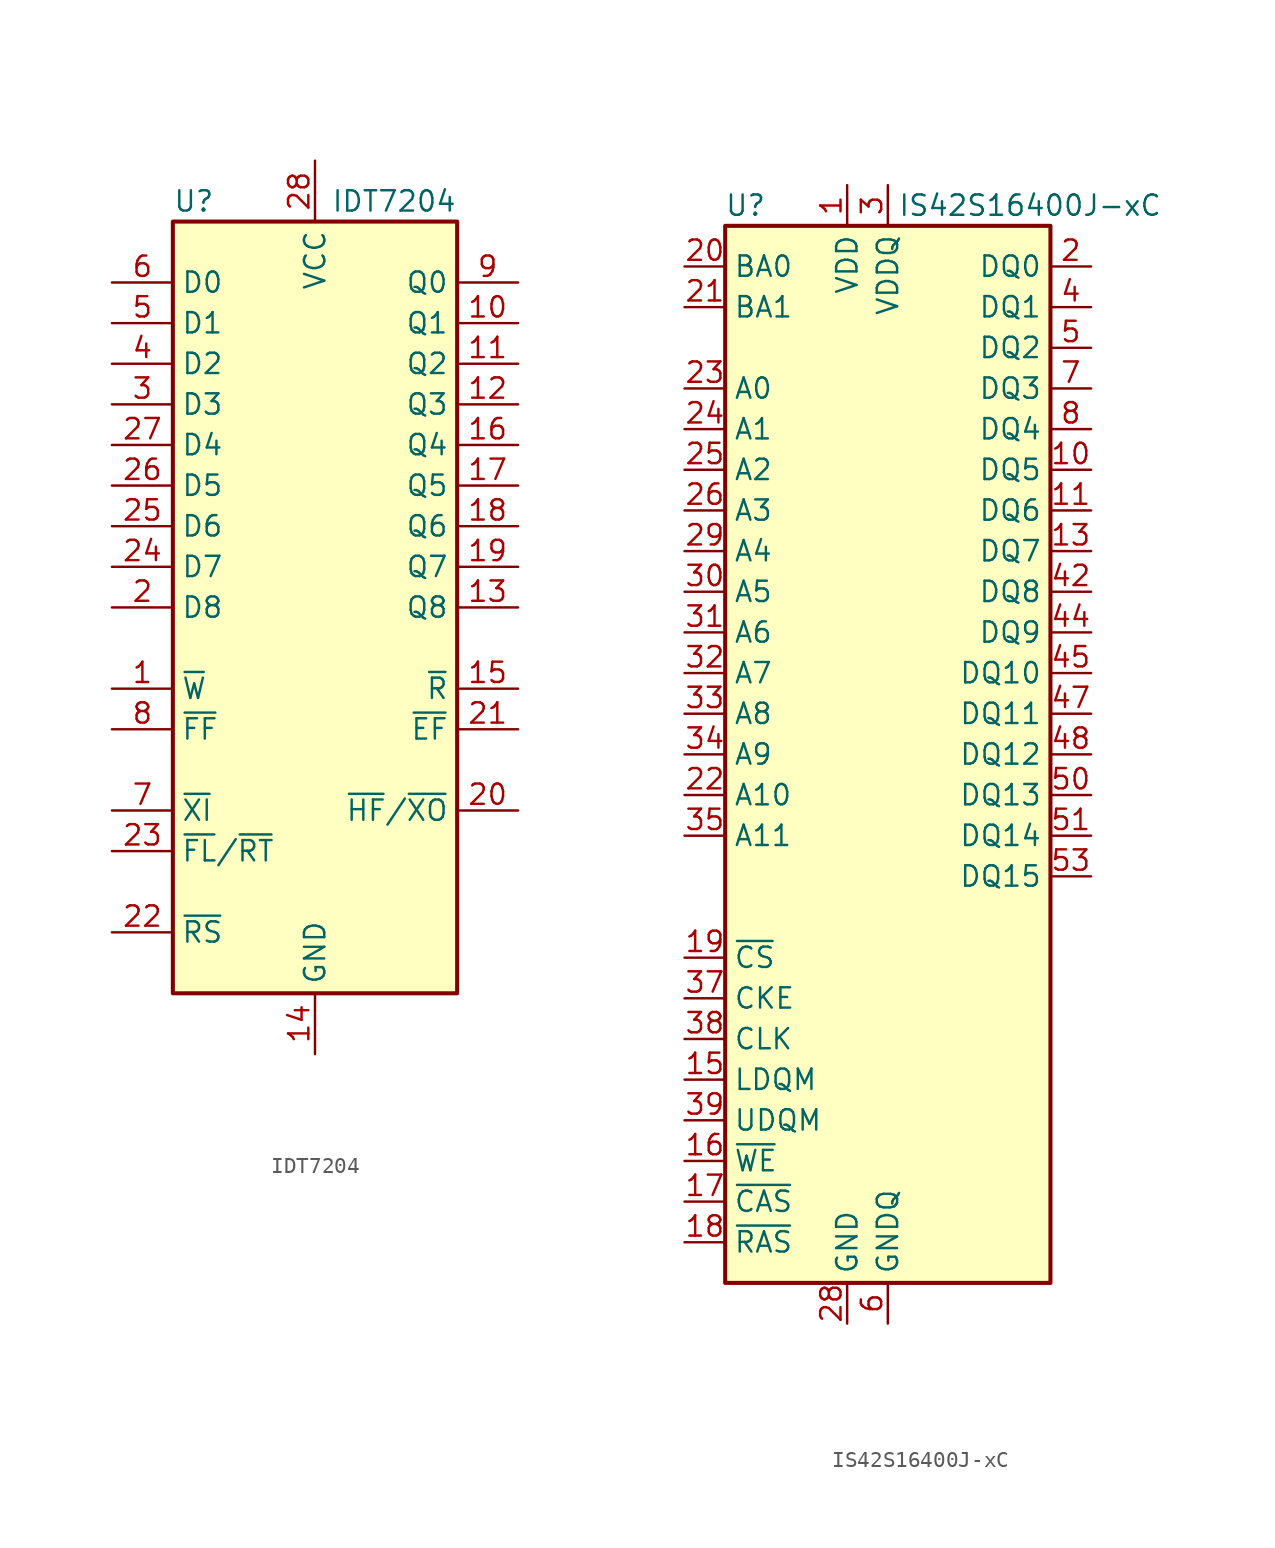
<source format=kicad_sym>
(kicad_symbol_lib
  (version 20201005)
  (generator kicad_symbol_editor)
  (symbol "Memory_RAM:IDT7204"
    (property "Reference" "U"
      (at -8.89 25.4 0)
      (effects (font (size 1.27 1.27)) (justify left)))
    (property "Value" "IDT7204"
      (at 8.89 25.4 0)
      (effects (font (size 1.27 1.27)) (justify right)))
    (symbol "IDT7204_0_1"
      (rectangle (start -8.89 24.13) (end 8.89 -24.13) (stroke (width 0.254)) (fill (type background)))
      (pin input line (at -12.7 -5.08 0) (length 3.81) (name "~W~" (effects (font (size 1.27 1.27)))) (number "1" (effects (font (size 1.27 1.27)))))
      (pin output line (at 12.7 17.78 180) (length 3.81) (name "Q1" (effects (font (size 1.27 1.27)))) (number "10" (effects (font (size 1.27 1.27)))))
      (pin output line (at 12.7 15.24 180) (length 3.81) (name "Q2" (effects (font (size 1.27 1.27)))) (number "11" (effects (font (size 1.27 1.27)))))
      (pin output line (at 12.7 12.7 180) (length 3.81) (name "Q3" (effects (font (size 1.27 1.27)))) (number "12" (effects (font (size 1.27 1.27)))))
      (pin output line (at 12.7 0 180) (length 3.81) (name "Q8" (effects (font (size 1.27 1.27)))) (number "13" (effects (font (size 1.27 1.27)))))
      (pin power_in line (at 0 -27.94 90) (length 3.81) (name "GND" (effects (font (size 1.27 1.27)))) (number "14" (effects (font (size 1.27 1.27)))))
      (pin input line (at 12.7 -5.08 180) (length 3.81) (name "~R~" (effects (font (size 1.27 1.27)))) (number "15" (effects (font (size 1.27 1.27)))))
      (pin output line (at 12.7 10.16 180) (length 3.81) (name "Q4" (effects (font (size 1.27 1.27)))) (number "16" (effects (font (size 1.27 1.27)))))
      (pin output line (at 12.7 7.62 180) (length 3.81) (name "Q5" (effects (font (size 1.27 1.27)))) (number "17" (effects (font (size 1.27 1.27)))))
      (pin output line (at 12.7 5.08 180) (length 3.81) (name "Q6" (effects (font (size 1.27 1.27)))) (number "18" (effects (font (size 1.27 1.27)))))
      (pin output line (at 12.7 2.54 180) (length 3.81) (name "Q7" (effects (font (size 1.27 1.27)))) (number "19" (effects (font (size 1.27 1.27)))))
      (pin input line (at -12.7 0 0) (length 3.81) (name "D8" (effects (font (size 1.27 1.27)))) (number "2" (effects (font (size 1.27 1.27)))))
      (pin output line (at 12.7 -12.7 180) (length 3.81) (name "~HF~/~XO~" (effects (font (size 1.27 1.27)))) (number "20" (effects (font (size 1.27 1.27)))))
      (pin output line (at 12.7 -7.62 180) (length 3.81) (name "~EF~" (effects (font (size 1.27 1.27)))) (number "21" (effects (font (size 1.27 1.27)))))
      (pin input line (at -12.7 -20.32 0) (length 3.81) (name "~RS~" (effects (font (size 1.27 1.27)))) (number "22" (effects (font (size 1.27 1.27)))))
      (pin input line (at -12.7 -15.24 0) (length 3.81) (name "~FL~/~RT~" (effects (font (size 1.27 1.27)))) (number "23" (effects (font (size 1.27 1.27)))))
      (pin input line (at -12.7 2.54 0) (length 3.81) (name "D7" (effects (font (size 1.27 1.27)))) (number "24" (effects (font (size 1.27 1.27)))))
      (pin input line (at -12.7 5.08 0) (length 3.81) (name "D6" (effects (font (size 1.27 1.27)))) (number "25" (effects (font (size 1.27 1.27)))))
      (pin input line (at -12.7 7.62 0) (length 3.81) (name "D5" (effects (font (size 1.27 1.27)))) (number "26" (effects (font (size 1.27 1.27)))))
      (pin input line (at -12.7 10.16 0) (length 3.81) (name "D4" (effects (font (size 1.27 1.27)))) (number "27" (effects (font (size 1.27 1.27)))))
      (pin power_in line (at 0 27.94 270) (length 3.81) (name "VCC" (effects (font (size 1.27 1.27)))) (number "28" (effects (font (size 1.27 1.27)))))
      (pin input line (at -12.7 12.7 0) (length 3.81) (name "D3" (effects (font (size 1.27 1.27)))) (number "3" (effects (font (size 1.27 1.27)))))
      (pin input line (at -12.7 15.24 0) (length 3.81) (name "D2" (effects (font (size 1.27 1.27)))) (number "4" (effects (font (size 1.27 1.27)))))
      (pin input line (at -12.7 17.78 0) (length 3.81) (name "D1" (effects (font (size 1.27 1.27)))) (number "5" (effects (font (size 1.27 1.27)))))
      (pin input line (at -12.7 20.32 0) (length 3.81) (name "D0" (effects (font (size 1.27 1.27)))) (number "6" (effects (font (size 1.27 1.27)))))
      (pin input line (at -12.7 -12.7 0) (length 3.81) (name "~XI~" (effects (font (size 1.27 1.27)))) (number "7" (effects (font (size 1.27 1.27)))))
      (pin output line (at -12.7 -7.62 0) (length 3.81) (name "~FF~" (effects (font (size 1.27 1.27)))) (number "8" (effects (font (size 1.27 1.27)))))
      (pin output line (at 12.7 20.32 180) (length 3.81) (name "Q0" (effects (font (size 1.27 1.27)))) (number "9" (effects (font (size 1.27 1.27)))))))
  (symbol "Memory_RAM:IS42S16400J-xC"
    (property "Reference" "U"
      (at -8.89 34.29 0)
      (effects (font (size 1.27 1.27))))
    (property "Value" "IS42S16400J-xC"
      (at 8.89 34.29 0)
      (effects (font (size 1.27 1.27))))
    (symbol "IS42S16400J-xC_1_1"
      (rectangle (start -10.16 33.02) (end 10.16 -33.02) (stroke (width 0.254)) (fill (type background)))
      (pin power_in line (at -2.54 35.56 270) (length 2.54) (name "VDD" (effects (font (size 1.27 1.27)))) (number "1" (effects (font (size 1.27 1.27)))))
      (pin bidirectional line (at 12.7 17.78 180) (length 2.54) (name "DQ5" (effects (font (size 1.27 1.27)))) (number "10" (effects (font (size 1.27 1.27)))))
      (pin bidirectional line (at 12.7 15.24 180) (length 2.54) (name "DQ6" (effects (font (size 1.27 1.27)))) (number "11" (effects (font (size 1.27 1.27)))))
      (pin passive line (at 0 -35.56 90) (length 2.54) hide (name "GNDQ" (effects (font (size 1.27 1.27)))) (number "12" (effects (font (size 1.27 1.27)))))
      (pin bidirectional line (at 12.7 12.7 180) (length 2.54) (name "DQ7" (effects (font (size 1.27 1.27)))) (number "13" (effects (font (size 1.27 1.27)))))
      (pin passive line (at -2.54 35.56 270) (length 2.54) hide (name "VDD" (effects (font (size 1.27 1.27)))) (number "14" (effects (font (size 1.27 1.27)))))
      (pin input line (at -12.7 -20.32 0) (length 2.54) (name "LDQM" (effects (font (size 1.27 1.27)))) (number "15" (effects (font (size 1.27 1.27)))))
      (pin input line (at -12.7 -25.4 0) (length 2.54) (name "~WE" (effects (font (size 1.27 1.27)))) (number "16" (effects (font (size 1.27 1.27)))))
      (pin input line (at -12.7 -27.94 0) (length 2.54) (name "~CAS" (effects (font (size 1.27 1.27)))) (number "17" (effects (font (size 1.27 1.27)))))
      (pin input line (at -12.7 -30.48 0) (length 2.54) (name "~RAS" (effects (font (size 1.27 1.27)))) (number "18" (effects (font (size 1.27 1.27)))))
      (pin input line (at -12.7 -12.7 0) (length 2.54) (name "~CS" (effects (font (size 1.27 1.27)))) (number "19" (effects (font (size 1.27 1.27)))))
      (pin bidirectional line (at 12.7 30.48 180) (length 2.54) (name "DQ0" (effects (font (size 1.27 1.27)))) (number "2" (effects (font (size 1.27 1.27)))))
      (pin input line (at -12.7 30.48 0) (length 2.54) (name "BA0" (effects (font (size 1.27 1.27)))) (number "20" (effects (font (size 1.27 1.27)))))
      (pin input line (at -12.7 27.94 0) (length 2.54) (name "BA1" (effects (font (size 1.27 1.27)))) (number "21" (effects (font (size 1.27 1.27)))))
      (pin input line (at -12.7 -2.54 0) (length 2.54) (name "A10" (effects (font (size 1.27 1.27)))) (number "22" (effects (font (size 1.27 1.27)))))
      (pin input line (at -12.7 22.86 0) (length 2.54) (name "A0" (effects (font (size 1.27 1.27)))) (number "23" (effects (font (size 1.27 1.27)))))
      (pin input line (at -12.7 20.32 0) (length 2.54) (name "A1" (effects (font (size 1.27 1.27)))) (number "24" (effects (font (size 1.27 1.27)))))
      (pin input line (at -12.7 17.78 0) (length 2.54) (name "A2" (effects (font (size 1.27 1.27)))) (number "25" (effects (font (size 1.27 1.27)))))
      (pin input line (at -12.7 15.24 0) (length 2.54) (name "A3" (effects (font (size 1.27 1.27)))) (number "26" (effects (font (size 1.27 1.27)))))
      (pin passive line (at -2.54 35.56 270) (length 2.54) hide (name "VDD" (effects (font (size 1.27 1.27)))) (number "27" (effects (font (size 1.27 1.27)))))
      (pin power_in line (at -2.54 -35.56 90) (length 2.54) (name "GND" (effects (font (size 1.27 1.27)))) (number "28" (effects (font (size 1.27 1.27)))))
      (pin input line (at -12.7 12.7 0) (length 2.54) (name "A4" (effects (font (size 1.27 1.27)))) (number "29" (effects (font (size 1.27 1.27)))))
      (pin power_in line (at 0 35.56 270) (length 2.54) (name "VDDQ" (effects (font (size 1.27 1.27)))) (number "3" (effects (font (size 1.27 1.27)))))
      (pin input line (at -12.7 10.16 0) (length 2.54) (name "A5" (effects (font (size 1.27 1.27)))) (number "30" (effects (font (size 1.27 1.27)))))
      (pin input line (at -12.7 7.62 0) (length 2.54) (name "A6" (effects (font (size 1.27 1.27)))) (number "31" (effects (font (size 1.27 1.27)))))
      (pin input line (at -12.7 5.08 0) (length 2.54) (name "A7" (effects (font (size 1.27 1.27)))) (number "32" (effects (font (size 1.27 1.27)))))
      (pin input line (at -12.7 2.54 0) (length 2.54) (name "A8" (effects (font (size 1.27 1.27)))) (number "33" (effects (font (size 1.27 1.27)))))
      (pin input line (at -12.7 0 0) (length 2.54) (name "A9" (effects (font (size 1.27 1.27)))) (number "34" (effects (font (size 1.27 1.27)))))
      (pin input line (at -12.7 -5.08 0) (length 2.54) (name "A11" (effects (font (size 1.27 1.27)))) (number "35" (effects (font (size 1.27 1.27)))))
      (pin no_connect line (at 10.16 -17.78 180) (length 2.54) hide (name "NC" (effects (font (size 1.27 1.27)))) (number "36" (effects (font (size 1.27 1.27)))))
      (pin input line (at -12.7 -15.24 0) (length 2.54) (name "CKE" (effects (font (size 1.27 1.27)))) (number "37" (effects (font (size 1.27 1.27)))))
      (pin input line (at -12.7 -17.78 0) (length 2.54) (name "CLK" (effects (font (size 1.27 1.27)))) (number "38" (effects (font (size 1.27 1.27)))))
      (pin input line (at -12.7 -22.86 0) (length 2.54) (name "UDQM" (effects (font (size 1.27 1.27)))) (number "39" (effects (font (size 1.27 1.27)))))
      (pin bidirectional line (at 12.7 27.94 180) (length 2.54) (name "DQ1" (effects (font (size 1.27 1.27)))) (number "4" (effects (font (size 1.27 1.27)))))
      (pin no_connect line (at 10.16 -20.32 180) (length 2.54) hide (name "NC" (effects (font (size 1.27 1.27)))) (number "40" (effects (font (size 1.27 1.27)))))
      (pin passive line (at -2.54 -35.56 90) (length 2.54) hide (name "GND" (effects (font (size 1.27 1.27)))) (number "41" (effects (font (size 1.27 1.27)))))
      (pin bidirectional line (at 12.7 10.16 180) (length 2.54) (name "DQ8" (effects (font (size 1.27 1.27)))) (number "42" (effects (font (size 1.27 1.27)))))
      (pin passive line (at 0 35.56 270) (length 2.54) hide (name "VDDQ" (effects (font (size 1.27 1.27)))) (number "43" (effects (font (size 1.27 1.27)))))
      (pin bidirectional line (at 12.7 7.62 180) (length 2.54) (name "DQ9" (effects (font (size 1.27 1.27)))) (number "44" (effects (font (size 1.27 1.27)))))
      (pin bidirectional line (at 12.7 5.08 180) (length 2.54) (name "DQ10" (effects (font (size 1.27 1.27)))) (number "45" (effects (font (size 1.27 1.27)))))
      (pin passive line (at 0 -35.56 90) (length 2.54) hide (name "GNDQ" (effects (font (size 1.27 1.27)))) (number "46" (effects (font (size 1.27 1.27)))))
      (pin bidirectional line (at 12.7 2.54 180) (length 2.54) (name "DQ11" (effects (font (size 1.27 1.27)))) (number "47" (effects (font (size 1.27 1.27)))))
      (pin bidirectional line (at 12.7 0 180) (length 2.54) (name "DQ12" (effects (font (size 1.27 1.27)))) (number "48" (effects (font (size 1.27 1.27)))))
      (pin passive line (at 0 35.56 270) (length 2.54) hide (name "VDDQ" (effects (font (size 1.27 1.27)))) (number "49" (effects (font (size 1.27 1.27)))))
      (pin bidirectional line (at 12.7 25.4 180) (length 2.54) (name "DQ2" (effects (font (size 1.27 1.27)))) (number "5" (effects (font (size 1.27 1.27)))))
      (pin bidirectional line (at 12.7 -2.54 180) (length 2.54) (name "DQ13" (effects (font (size 1.27 1.27)))) (number "50" (effects (font (size 1.27 1.27)))))
      (pin bidirectional line (at 12.7 -5.08 180) (length 2.54) (name "DQ14" (effects (font (size 1.27 1.27)))) (number "51" (effects (font (size 1.27 1.27)))))
      (pin passive line (at 0 -35.56 90) (length 2.54) hide (name "GNDQ" (effects (font (size 1.27 1.27)))) (number "52" (effects (font (size 1.27 1.27)))))
      (pin bidirectional line (at 12.7 -7.62 180) (length 2.54) (name "DQ15" (effects (font (size 1.27 1.27)))) (number "53" (effects (font (size 1.27 1.27)))))
      (pin passive line (at -2.54 -35.56 90) (length 2.54) hide (name "GND" (effects (font (size 1.27 1.27)))) (number "54" (effects (font (size 1.27 1.27)))))
      (pin power_in line (at 0 -35.56 90) (length 2.54) (name "GNDQ" (effects (font (size 1.27 1.27)))) (number "6" (effects (font (size 1.27 1.27)))))
      (pin bidirectional line (at 12.7 22.86 180) (length 2.54) (name "DQ3" (effects (font (size 1.27 1.27)))) (number "7" (effects (font (size 1.27 1.27)))))
      (pin bidirectional line (at 12.7 20.32 180) (length 2.54) (name "DQ4" (effects (font (size 1.27 1.27)))) (number "8" (effects (font (size 1.27 1.27)))))
      (pin passive line (at 0 35.56 270) (length 2.54) hide (name "VDDQ" (effects (font (size 1.27 1.27)))) (number "9" (effects (font (size 1.27 1.27))))))))
</source>
